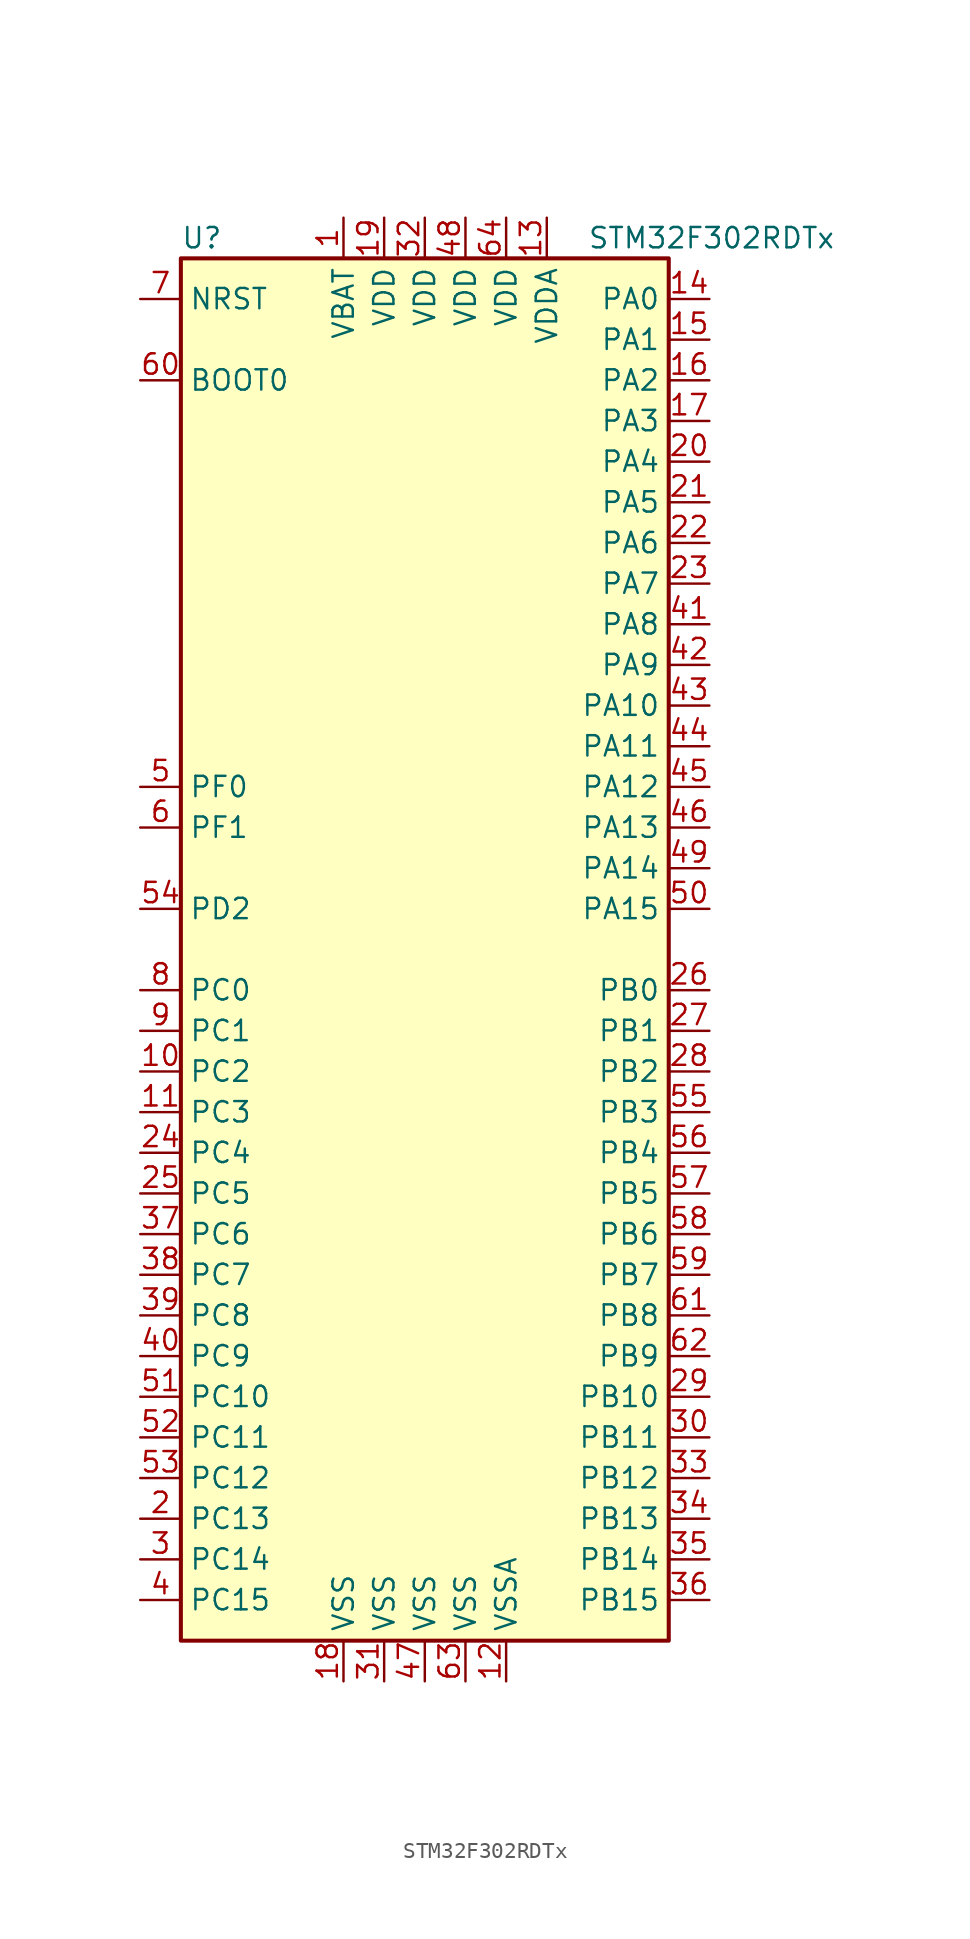
<source format=kicad_sym>
(kicad_symbol_lib
  (version 20201005)
  (generator kicad_symbol_editor)
  (symbol "MCU_ST_STM32F3:STM32F302RDTx"
    (property "Reference" "U"
      (at -15.24 44.45 0)
      (effects (font (size 1.27 1.27)) (justify left)))
    (property "Value" "STM32F302RDTx"
      (at 10.16 44.45 0)
      (effects (font (size 1.27 1.27)) (justify left)))
    (symbol "STM32F302RDTx_0_1"
      (rectangle (start -15.24 -43.18) (end 15.24 43.18) (stroke (width 0.254)) (fill (type background))))
    (symbol "STM32F302RDTx_1_1"
      (pin input line (at -17.78 35.56 0) (length 2.54) (name "BOOT0" (effects (font (size 1.27 1.27)))) (number "60" (effects (font (size 1.27 1.27)))))
      (pin input line (at -17.78 40.64 0) (length 2.54) (name "NRST" (effects (font (size 1.27 1.27)))) (number "7" (effects (font (size 1.27 1.27)))))
      (pin bidirectional line (at 17.78 40.64 180) (length 2.54) (name "PA0" (effects (font (size 1.27 1.27)))) (number "14" (effects (font (size 1.27 1.27)))))
      (pin bidirectional line (at 17.78 38.1 180) (length 2.54) (name "PA1" (effects (font (size 1.27 1.27)))) (number "15" (effects (font (size 1.27 1.27)))))
      (pin bidirectional line (at 17.78 15.24 180) (length 2.54) (name "PA10" (effects (font (size 1.27 1.27)))) (number "43" (effects (font (size 1.27 1.27)))))
      (pin bidirectional line (at 17.78 12.7 180) (length 2.54) (name "PA11" (effects (font (size 1.27 1.27)))) (number "44" (effects (font (size 1.27 1.27)))))
      (pin bidirectional line (at 17.78 10.16 180) (length 2.54) (name "PA12" (effects (font (size 1.27 1.27)))) (number "45" (effects (font (size 1.27 1.27)))))
      (pin bidirectional line (at 17.78 7.62 180) (length 2.54) (name "PA13" (effects (font (size 1.27 1.27)))) (number "46" (effects (font (size 1.27 1.27)))))
      (pin bidirectional line (at 17.78 5.08 180) (length 2.54) (name "PA14" (effects (font (size 1.27 1.27)))) (number "49" (effects (font (size 1.27 1.27)))))
      (pin bidirectional line (at 17.78 2.54 180) (length 2.54) (name "PA15" (effects (font (size 1.27 1.27)))) (number "50" (effects (font (size 1.27 1.27)))))
      (pin bidirectional line (at 17.78 35.56 180) (length 2.54) (name "PA2" (effects (font (size 1.27 1.27)))) (number "16" (effects (font (size 1.27 1.27)))))
      (pin bidirectional line (at 17.78 33.02 180) (length 2.54) (name "PA3" (effects (font (size 1.27 1.27)))) (number "17" (effects (font (size 1.27 1.27)))))
      (pin bidirectional line (at 17.78 30.48 180) (length 2.54) (name "PA4" (effects (font (size 1.27 1.27)))) (number "20" (effects (font (size 1.27 1.27)))))
      (pin bidirectional line (at 17.78 27.94 180) (length 2.54) (name "PA5" (effects (font (size 1.27 1.27)))) (number "21" (effects (font (size 1.27 1.27)))))
      (pin bidirectional line (at 17.78 25.4 180) (length 2.54) (name "PA6" (effects (font (size 1.27 1.27)))) (number "22" (effects (font (size 1.27 1.27)))))
      (pin bidirectional line (at 17.78 22.86 180) (length 2.54) (name "PA7" (effects (font (size 1.27 1.27)))) (number "23" (effects (font (size 1.27 1.27)))))
      (pin bidirectional line (at 17.78 20.32 180) (length 2.54) (name "PA8" (effects (font (size 1.27 1.27)))) (number "41" (effects (font (size 1.27 1.27)))))
      (pin bidirectional line (at 17.78 17.78 180) (length 2.54) (name "PA9" (effects (font (size 1.27 1.27)))) (number "42" (effects (font (size 1.27 1.27)))))
      (pin bidirectional line (at 17.78 -2.54 180) (length 2.54) (name "PB0" (effects (font (size 1.27 1.27)))) (number "26" (effects (font (size 1.27 1.27)))))
      (pin bidirectional line (at 17.78 -5.08 180) (length 2.54) (name "PB1" (effects (font (size 1.27 1.27)))) (number "27" (effects (font (size 1.27 1.27)))))
      (pin bidirectional line (at 17.78 -27.94 180) (length 2.54) (name "PB10" (effects (font (size 1.27 1.27)))) (number "29" (effects (font (size 1.27 1.27)))))
      (pin bidirectional line (at 17.78 -30.48 180) (length 2.54) (name "PB11" (effects (font (size 1.27 1.27)))) (number "30" (effects (font (size 1.27 1.27)))))
      (pin bidirectional line (at 17.78 -33.02 180) (length 2.54) (name "PB12" (effects (font (size 1.27 1.27)))) (number "33" (effects (font (size 1.27 1.27)))))
      (pin bidirectional line (at 17.78 -35.56 180) (length 2.54) (name "PB13" (effects (font (size 1.27 1.27)))) (number "34" (effects (font (size 1.27 1.27)))))
      (pin bidirectional line (at 17.78 -38.1 180) (length 2.54) (name "PB14" (effects (font (size 1.27 1.27)))) (number "35" (effects (font (size 1.27 1.27)))))
      (pin bidirectional line (at 17.78 -40.64 180) (length 2.54) (name "PB15" (effects (font (size 1.27 1.27)))) (number "36" (effects (font (size 1.27 1.27)))))
      (pin bidirectional line (at 17.78 -7.62 180) (length 2.54) (name "PB2" (effects (font (size 1.27 1.27)))) (number "28" (effects (font (size 1.27 1.27)))))
      (pin bidirectional line (at 17.78 -10.16 180) (length 2.54) (name "PB3" (effects (font (size 1.27 1.27)))) (number "55" (effects (font (size 1.27 1.27)))))
      (pin bidirectional line (at 17.78 -12.7 180) (length 2.54) (name "PB4" (effects (font (size 1.27 1.27)))) (number "56" (effects (font (size 1.27 1.27)))))
      (pin bidirectional line (at 17.78 -15.24 180) (length 2.54) (name "PB5" (effects (font (size 1.27 1.27)))) (number "57" (effects (font (size 1.27 1.27)))))
      (pin bidirectional line (at 17.78 -17.78 180) (length 2.54) (name "PB6" (effects (font (size 1.27 1.27)))) (number "58" (effects (font (size 1.27 1.27)))))
      (pin bidirectional line (at 17.78 -20.32 180) (length 2.54) (name "PB7" (effects (font (size 1.27 1.27)))) (number "59" (effects (font (size 1.27 1.27)))))
      (pin bidirectional line (at 17.78 -22.86 180) (length 2.54) (name "PB8" (effects (font (size 1.27 1.27)))) (number "61" (effects (font (size 1.27 1.27)))))
      (pin bidirectional line (at 17.78 -25.4 180) (length 2.54) (name "PB9" (effects (font (size 1.27 1.27)))) (number "62" (effects (font (size 1.27 1.27)))))
      (pin bidirectional line (at -17.78 -2.54 0) (length 2.54) (name "PC0" (effects (font (size 1.27 1.27)))) (number "8" (effects (font (size 1.27 1.27)))))
      (pin bidirectional line (at -17.78 -5.08 0) (length 2.54) (name "PC1" (effects (font (size 1.27 1.27)))) (number "9" (effects (font (size 1.27 1.27)))))
      (pin bidirectional line (at -17.78 -27.94 0) (length 2.54) (name "PC10" (effects (font (size 1.27 1.27)))) (number "51" (effects (font (size 1.27 1.27)))))
      (pin bidirectional line (at -17.78 -30.48 0) (length 2.54) (name "PC11" (effects (font (size 1.27 1.27)))) (number "52" (effects (font (size 1.27 1.27)))))
      (pin bidirectional line (at -17.78 -33.02 0) (length 2.54) (name "PC12" (effects (font (size 1.27 1.27)))) (number "53" (effects (font (size 1.27 1.27)))))
      (pin bidirectional line (at -17.78 -35.56 0) (length 2.54) (name "PC13" (effects (font (size 1.27 1.27)))) (number "2" (effects (font (size 1.27 1.27)))))
      (pin bidirectional line (at -17.78 -38.1 0) (length 2.54) (name "PC14" (effects (font (size 1.27 1.27)))) (number "3" (effects (font (size 1.27 1.27)))))
      (pin bidirectional line (at -17.78 -40.64 0) (length 2.54) (name "PC15" (effects (font (size 1.27 1.27)))) (number "4" (effects (font (size 1.27 1.27)))))
      (pin bidirectional line (at -17.78 -7.62 0) (length 2.54) (name "PC2" (effects (font (size 1.27 1.27)))) (number "10" (effects (font (size 1.27 1.27)))))
      (pin bidirectional line (at -17.78 -10.16 0) (length 2.54) (name "PC3" (effects (font (size 1.27 1.27)))) (number "11" (effects (font (size 1.27 1.27)))))
      (pin bidirectional line (at -17.78 -12.7 0) (length 2.54) (name "PC4" (effects (font (size 1.27 1.27)))) (number "24" (effects (font (size 1.27 1.27)))))
      (pin bidirectional line (at -17.78 -15.24 0) (length 2.54) (name "PC5" (effects (font (size 1.27 1.27)))) (number "25" (effects (font (size 1.27 1.27)))))
      (pin bidirectional line (at -17.78 -17.78 0) (length 2.54) (name "PC6" (effects (font (size 1.27 1.27)))) (number "37" (effects (font (size 1.27 1.27)))))
      (pin bidirectional line (at -17.78 -20.32 0) (length 2.54) (name "PC7" (effects (font (size 1.27 1.27)))) (number "38" (effects (font (size 1.27 1.27)))))
      (pin bidirectional line (at -17.78 -22.86 0) (length 2.54) (name "PC8" (effects (font (size 1.27 1.27)))) (number "39" (effects (font (size 1.27 1.27)))))
      (pin bidirectional line (at -17.78 -25.4 0) (length 2.54) (name "PC9" (effects (font (size 1.27 1.27)))) (number "40" (effects (font (size 1.27 1.27)))))
      (pin bidirectional line (at -17.78 2.54 0) (length 2.54) (name "PD2" (effects (font (size 1.27 1.27)))) (number "54" (effects (font (size 1.27 1.27)))))
      (pin input line (at -17.78 10.16 0) (length 2.54) (name "PF0" (effects (font (size 1.27 1.27)))) (number "5" (effects (font (size 1.27 1.27)))))
      (pin input line (at -17.78 7.62 0) (length 2.54) (name "PF1" (effects (font (size 1.27 1.27)))) (number "6" (effects (font (size 1.27 1.27)))))
      (pin power_in line (at -5.08 45.72 270) (length 2.54) (name "VBAT" (effects (font (size 1.27 1.27)))) (number "1" (effects (font (size 1.27 1.27)))))
      (pin power_in line (at -2.54 45.72 270) (length 2.54) (name "VDD" (effects (font (size 1.27 1.27)))) (number "19" (effects (font (size 1.27 1.27)))))
      (pin power_in line (at 0 45.72 270) (length 2.54) (name "VDD" (effects (font (size 1.27 1.27)))) (number "32" (effects (font (size 1.27 1.27)))))
      (pin power_in line (at 2.54 45.72 270) (length 2.54) (name "VDD" (effects (font (size 1.27 1.27)))) (number "48" (effects (font (size 1.27 1.27)))))
      (pin power_in line (at 5.08 45.72 270) (length 2.54) (name "VDD" (effects (font (size 1.27 1.27)))) (number "64" (effects (font (size 1.27 1.27)))))
      (pin power_in line (at 7.62 45.72 270) (length 2.54) (name "VDDA" (effects (font (size 1.27 1.27)))) (number "13" (effects (font (size 1.27 1.27)))))
      (pin power_in line (at -5.08 -45.72 90) (length 2.54) (name "VSS" (effects (font (size 1.27 1.27)))) (number "18" (effects (font (size 1.27 1.27)))))
      (pin power_in line (at -2.54 -45.72 90) (length 2.54) (name "VSS" (effects (font (size 1.27 1.27)))) (number "31" (effects (font (size 1.27 1.27)))))
      (pin power_in line (at 0 -45.72 90) (length 2.54) (name "VSS" (effects (font (size 1.27 1.27)))) (number "47" (effects (font (size 1.27 1.27)))))
      (pin power_in line (at 2.54 -45.72 90) (length 2.54) (name "VSS" (effects (font (size 1.27 1.27)))) (number "63" (effects (font (size 1.27 1.27)))))
      (pin power_in line (at 5.08 -45.72 90) (length 2.54) (name "VSSA" (effects (font (size 1.27 1.27)))) (number "12" (effects (font (size 1.27 1.27))))))))
</source>
